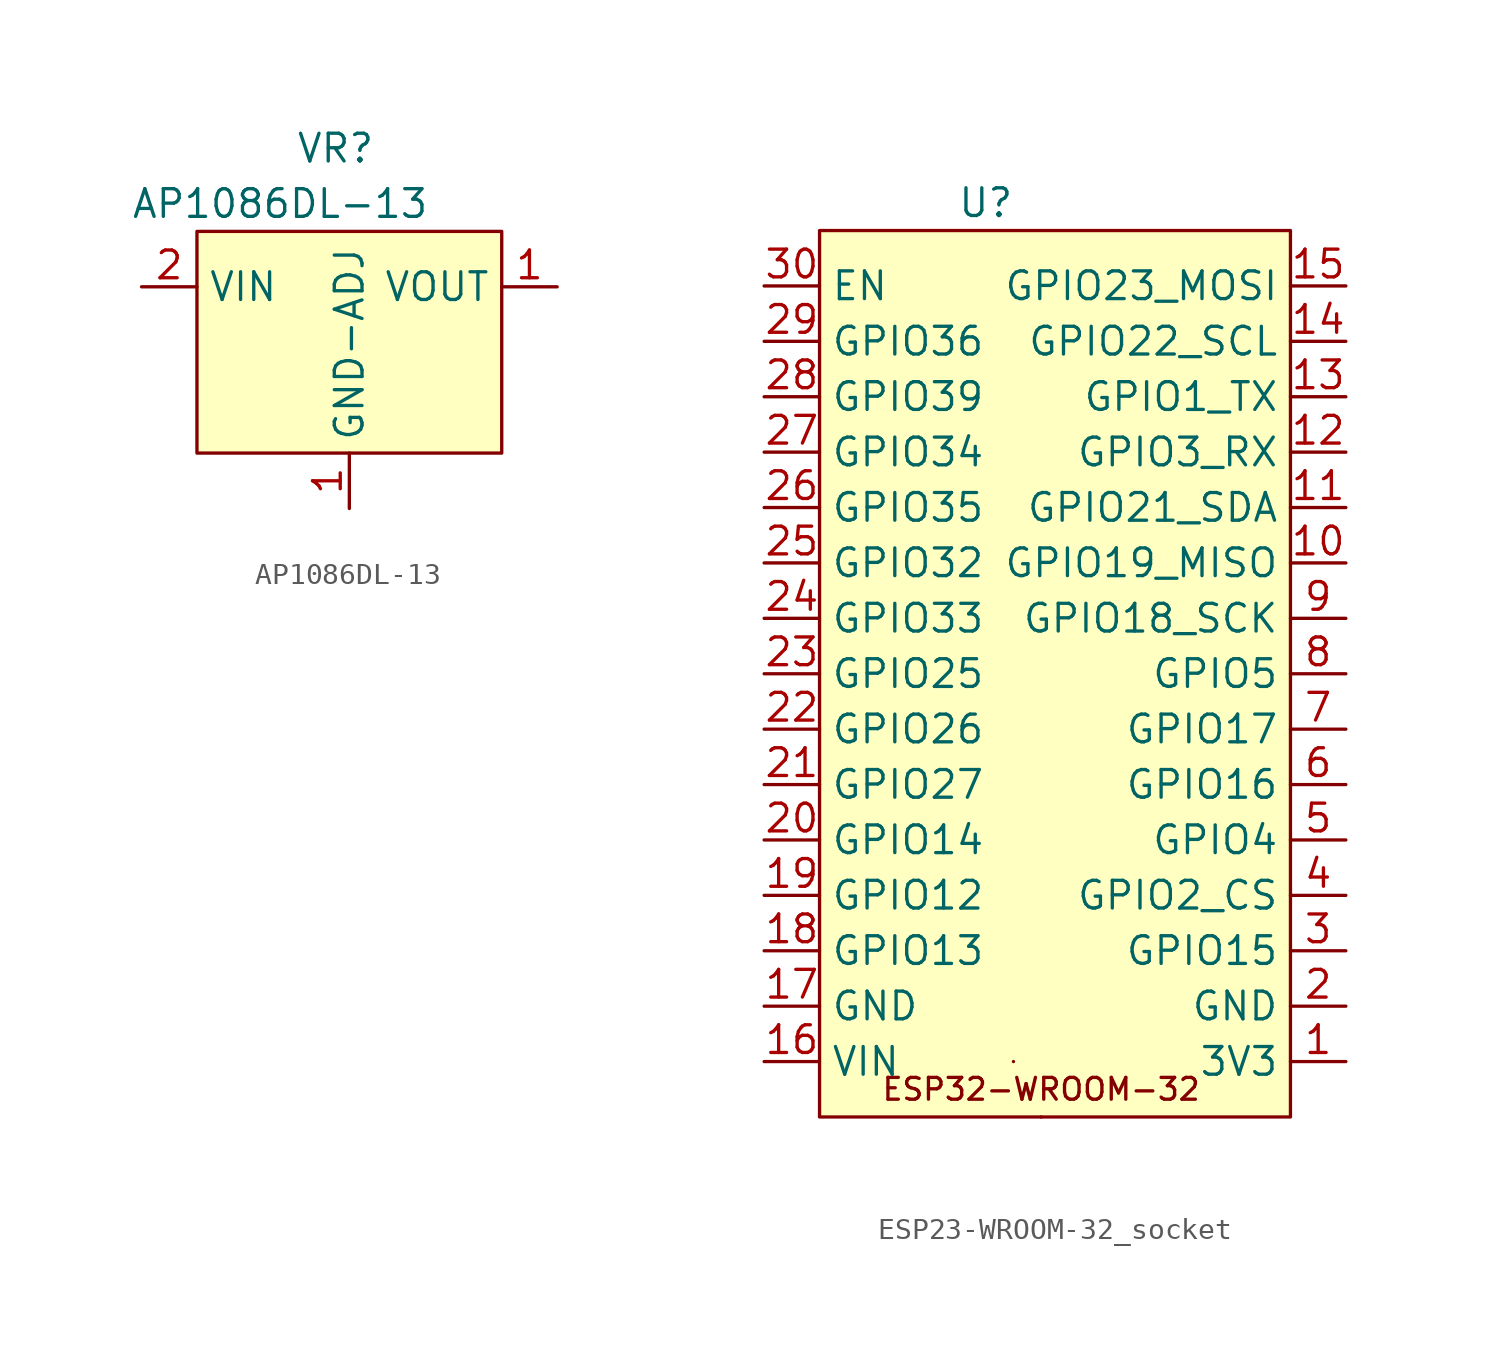
<source format=kicad_sym>
(kicad_symbol_lib
  (version 20231120)
  (generator "kicad_symbol_editor")
  (generator_version "8.0")
  (symbol "AP1086DL-13"
    (property "Reference" "VR"
      (at 2.54 2.54 0)
      (effects (font (size 1.27 1.27))))
    (property "Value" "AP1086DL-13"
      (at 0 0 0)
      (effects (font (size 1.27 1.27))))
    (symbol "AP1086DL-13_1_1"
      (rectangle (start -3.81 -1.27) (end 10.16 -11.43) (stroke (width 0) (type default)) (fill (type background)))
      (pin power_in line (at 3.175 -13.97 90) (length 2.54) (name "GND-ADJ" (effects (font (size 1.27 1.27)))) (number "1" (effects (font (size 1.27 1.27)))))
      (pin power_in line (at 12.7 -3.81 180) (length 2.54) (name "VOUT" (effects (font (size 1.27 1.27)))) (number "1" (effects (font (size 1.27 1.27)))))
      (pin power_in line (at -6.35 -3.81 0) (length 2.54) (name "VIN" (effects (font (size 1.27 1.27)))) (number "2" (effects (font (size 1.27 1.27)))))))
  (symbol "ESP23-WROOM-32_socket"
    (property "Reference" "U"
      (at 0 0 0)
      (effects (font (size 1.27 1.27))))
    (property "Value" ""
      (at 0 0 0)
      (effects (font (size 1.27 1.27))))
    (symbol "ESP23-WROOM-32_socket_0_1"
      (rectangle (start 1.27 -39.37) (end 1.27 -39.37) (stroke (width 0) (type default)) (fill (type none)))
      (rectangle (start 2.54 -41.91) (end 2.54 -41.91) (stroke (width 0) (type default)) (fill (type none))))
    (symbol "ESP23-WROOM-32_socket_1_1"
      (rectangle (start -7.62 -1.27) (end 13.97 -41.91) (stroke (width 0) (type default)) (fill (type background)))
      (text "ESP32-WROOM-32" (at 2.54 -40.64 0) (effects (font (size 1 1))))
      (pin power_in line (at 16.51 -39.37 180) (length 2.54) (name "3V3" (effects (font (size 1.27 1.27)))) (number "1" (effects (font (size 1.27 1.27)))))
      (pin bidirectional line (at 16.51 -16.51 180) (length 2.54) (name "GPIO19_MISO" (effects (font (size 1.27 1.27)))) (number "10" (effects (font (size 1.27 1.27)))))
      (pin bidirectional line (at 16.51 -13.97 180) (length 2.54) (name "GPIO21_SDA" (effects (font (size 1.27 1.27)))) (number "11" (effects (font (size 1.27 1.27)))))
      (pin bidirectional line (at 16.51 -11.43 180) (length 2.54) (name "GPIO3_RX" (effects (font (size 1.27 1.27)))) (number "12" (effects (font (size 1.27 1.27)))))
      (pin bidirectional line (at 16.51 -8.89 180) (length 2.54) (name "GPIO1_TX" (effects (font (size 1.27 1.27)))) (number "13" (effects (font (size 1.27 1.27)))))
      (pin bidirectional line (at 16.51 -6.35 180) (length 2.54) (name "GPIO22_SCL" (effects (font (size 1.27 1.27)))) (number "14" (effects (font (size 1.27 1.27)))))
      (pin bidirectional line (at 16.51 -3.81 180) (length 2.54) (name "GPIO23_MOSI" (effects (font (size 1.27 1.27)))) (number "15" (effects (font (size 1.27 1.27)))))
      (pin power_in line (at -10.16 -39.37 0) (length 2.54) (name "VIN" (effects (font (size 1.27 1.27)))) (number "16" (effects (font (size 1.27 1.27)))))
      (pin power_in line (at -10.16 -36.83 0) (length 2.54) (name "GND" (effects (font (size 1.27 1.27)))) (number "17" (effects (font (size 1.27 1.27)))))
      (pin bidirectional line (at -10.16 -34.29 0) (length 2.54) (name "GPIO13" (effects (font (size 1.27 1.27)))) (number "18" (effects (font (size 1.27 1.27)))))
      (pin bidirectional line (at -10.16 -31.75 0) (length 2.54) (name "GPIO12" (effects (font (size 1.27 1.27)))) (number "19" (effects (font (size 1.27 1.27)))))
      (pin power_in line (at 16.51 -36.83 180) (length 2.54) (name "GND" (effects (font (size 1.27 1.27)))) (number "2" (effects (font (size 1.27 1.27)))))
      (pin bidirectional line (at -10.16 -29.21 0) (length 2.54) (name "GPIO14" (effects (font (size 1.27 1.27)))) (number "20" (effects (font (size 1.27 1.27)))))
      (pin bidirectional line (at -10.16 -26.67 0) (length 2.54) (name "GPIO27" (effects (font (size 1.27 1.27)))) (number "21" (effects (font (size 1.27 1.27)))))
      (pin bidirectional line (at -10.16 -24.13 0) (length 2.54) (name "GPIO26" (effects (font (size 1.27 1.27)))) (number "22" (effects (font (size 1.27 1.27)))))
      (pin bidirectional line (at -10.16 -21.59 0) (length 2.54) (name "GPIO25" (effects (font (size 1.27 1.27)))) (number "23" (effects (font (size 1.27 1.27)))))
      (pin bidirectional line (at -10.16 -19.05 0) (length 2.54) (name "GPIO33" (effects (font (size 1.27 1.27)))) (number "24" (effects (font (size 1.27 1.27)))))
      (pin bidirectional line (at -10.16 -16.51 0) (length 2.54) (name "GPIO32" (effects (font (size 1.27 1.27)))) (number "25" (effects (font (size 1.27 1.27)))))
      (pin bidirectional line (at -10.16 -13.97 0) (length 2.54) (name "GPIO35" (effects (font (size 1.27 1.27)))) (number "26" (effects (font (size 1.27 1.27)))))
      (pin bidirectional line (at -10.16 -11.43 0) (length 2.54) (name "GPIO34" (effects (font (size 1.27 1.27)))) (number "27" (effects (font (size 1.27 1.27)))))
      (pin bidirectional line (at -10.16 -8.89 0) (length 2.54) (name "GPIO39" (effects (font (size 1.27 1.27)))) (number "28" (effects (font (size 1.27 1.27)))))
      (pin bidirectional line (at -10.16 -6.35 0) (length 2.54) (name "GPIO36" (effects (font (size 1.27 1.27)))) (number "29" (effects (font (size 1.27 1.27)))))
      (pin bidirectional line (at 16.51 -34.29 180) (length 2.54) (name "GPIO15" (effects (font (size 1.27 1.27)))) (number "3" (effects (font (size 1.27 1.27)))))
      (pin bidirectional line (at -10.16 -3.81 0) (length 2.54) (name "EN" (effects (font (size 1.27 1.27)))) (number "30" (effects (font (size 1.27 1.27)))))
      (pin bidirectional line (at 16.51 -31.75 180) (length 2.54) (name "GPIO2_CS" (effects (font (size 1.27 1.27)))) (number "4" (effects (font (size 1.27 1.27)))))
      (pin bidirectional line (at 16.51 -29.21 180) (length 2.54) (name "GPIO4" (effects (font (size 1.27 1.27)))) (number "5" (effects (font (size 1.27 1.27)))))
      (pin bidirectional line (at 16.51 -26.67 180) (length 2.54) (name "GPIO16" (effects (font (size 1.27 1.27)))) (number "6" (effects (font (size 1.27 1.27)))))
      (pin bidirectional line (at 16.51 -24.13 180) (length 2.54) (name "GPIO17" (effects (font (size 1.27 1.27)))) (number "7" (effects (font (size 1.27 1.27)))))
      (pin bidirectional line (at 16.51 -21.59 180) (length 2.54) (name "GPIO5" (effects (font (size 1.27 1.27)))) (number "8" (effects (font (size 1.27 1.27)))))
      (pin bidirectional line (at 16.51 -19.05 180) (length 2.54) (name "GPIO18_SCK" (effects (font (size 1.27 1.27)))) (number "9" (effects (font (size 1.27 1.27))))))))
</source>
